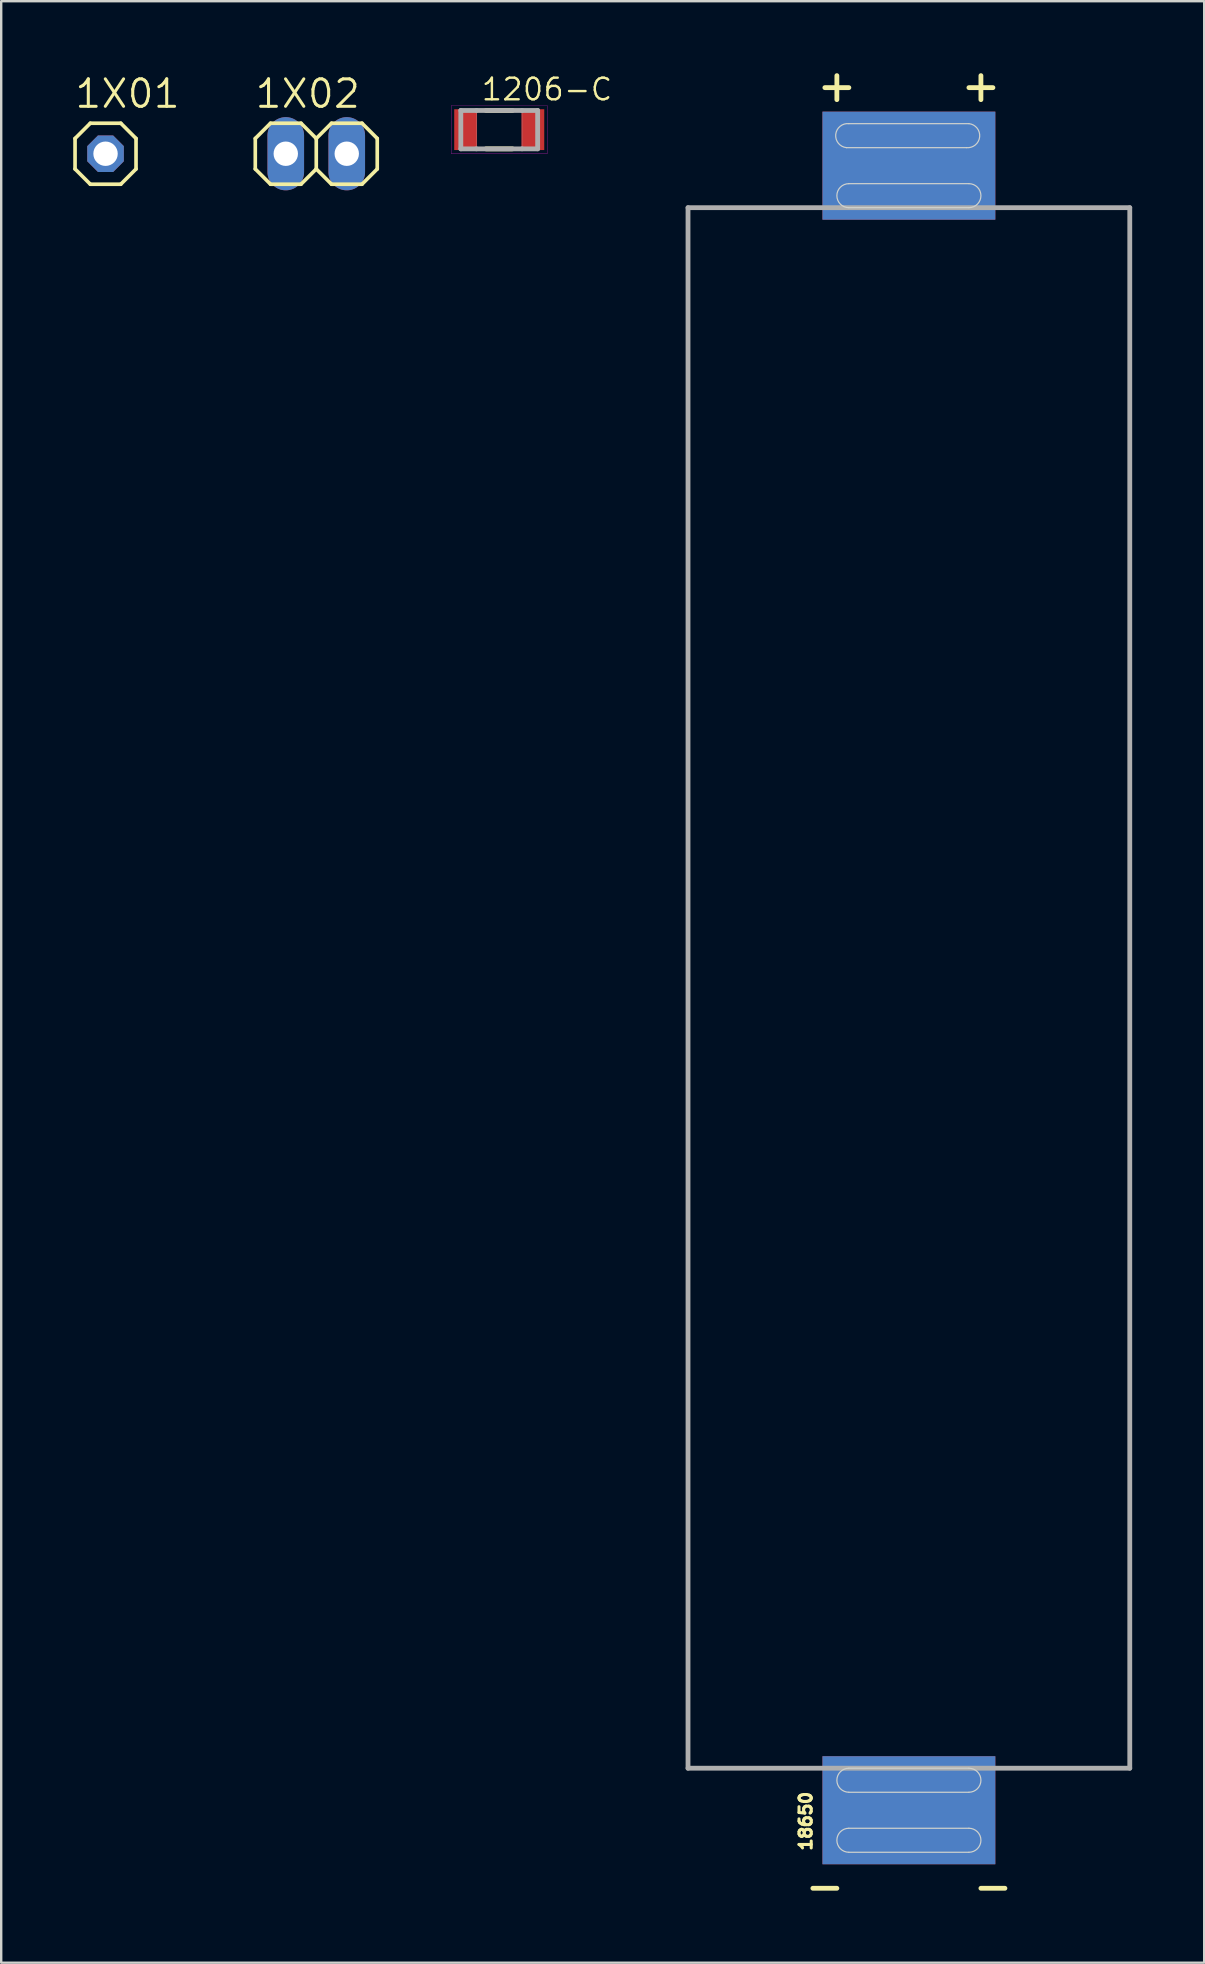
<source format=kicad_pcb>
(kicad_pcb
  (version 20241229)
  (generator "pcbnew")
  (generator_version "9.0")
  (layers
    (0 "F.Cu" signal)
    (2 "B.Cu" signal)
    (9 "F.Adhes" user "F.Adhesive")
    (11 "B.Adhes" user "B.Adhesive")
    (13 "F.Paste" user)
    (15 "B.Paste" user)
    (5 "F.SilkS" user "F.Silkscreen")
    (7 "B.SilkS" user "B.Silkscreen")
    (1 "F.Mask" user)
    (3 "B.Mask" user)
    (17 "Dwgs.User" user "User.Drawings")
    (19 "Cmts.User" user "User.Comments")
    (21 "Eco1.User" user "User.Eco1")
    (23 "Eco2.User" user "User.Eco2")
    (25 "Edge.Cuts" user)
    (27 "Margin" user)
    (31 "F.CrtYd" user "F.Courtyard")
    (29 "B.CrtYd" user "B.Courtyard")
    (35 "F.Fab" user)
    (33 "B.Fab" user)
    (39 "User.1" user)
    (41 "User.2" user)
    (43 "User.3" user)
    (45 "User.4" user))
  (footprint "1X01"
    (layer "F.Cu")
    (at 1.346 3.353)
    (property "Reference" "1X01" (at -1.346 -1.829 0) (layer "F.SilkS") (effects (font (size 1.143 1.143) (thickness 0.127)) (justify left bottom)))
    (fp_line (start -1.27 -0.635) (end -1.27 0.635) (stroke (width 0.152) (type solid)) (layer "F.SilkS"))
    (fp_line (start -1.27 0.635) (end -0.635 1.27) (stroke (width 0.152) (type solid)) (layer "F.SilkS"))
    (fp_line (start -0.635 -1.27) (end -1.27 -0.635) (stroke (width 0.152) (type solid)) (layer "F.SilkS"))
    (fp_line (start -0.635 -1.27) (end 0.635 -1.27) (stroke (width 0.152) (type solid)) (layer "F.SilkS"))
    (fp_line (start 0.635 -1.27) (end 1.27 -0.635) (stroke (width 0.152) (type solid)) (layer "F.SilkS"))
    (fp_line (start 0.635 1.27) (end -0.635 1.27) (stroke (width 0.152) (type solid)) (layer "F.SilkS"))
    (fp_line (start 1.27 -0.635) (end 1.27 0.635) (stroke (width 0.152) (type solid)) (layer "F.SilkS"))
    (fp_line (start 1.27 0.635) (end 0.635 1.27) (stroke (width 0.152) (type solid)) (layer "F.SilkS"))
    (fp_poly (pts (xy -0.254 0.254) (xy 0.254 0.254) (xy 0.254 -0.254) (xy -0.254 -0.254)) (stroke (width 0.1) (type default)) (fill no) (layer "F.Fab"))
    (pad "1" thru_hole roundrect (at 0 0) (size 1.524 1.524) (drill 1.016) (layers "*.Cu" "*.Mask") (roundrect_rratio 0.25) (chamfer_ratio 0.293) (chamfer top_left top_right bottom_left bottom_right)))
  (footprint "1X02"
    (layer "F.Cu")
    (at 10.123 3.353)
    (property "Reference" "1X02" (at -2.616 -1.829 0) (layer "F.SilkS") (effects (font (size 1.143 1.143) (thickness 0.127)) (justify left bottom)))
    (fp_line (start -2.54 -0.635) (end -2.54 0.635) (stroke (width 0.152) (type solid)) (layer "F.SilkS"))
    (fp_line (start -2.54 0.635) (end -1.905 1.27) (stroke (width 0.152) (type solid)) (layer "F.SilkS"))
    (fp_line (start -1.905 -1.27) (end -2.54 -0.635) (stroke (width 0.152) (type solid)) (layer "F.SilkS"))
    (fp_line (start -1.905 -1.27) (end -0.635 -1.27) (stroke (width 0.152) (type solid)) (layer "F.SilkS"))
    (fp_line (start -0.635 -1.27) (end 0 -0.635) (stroke (width 0.152) (type solid)) (layer "F.SilkS"))
    (fp_line (start -0.635 1.27) (end -1.905 1.27) (stroke (width 0.152) (type solid)) (layer "F.SilkS"))
    (fp_line (start 0 -0.635) (end 0 0.635) (stroke (width 0.152) (type solid)) (layer "F.SilkS"))
    (fp_line (start 0 -0.635) (end 0.635 -1.27) (stroke (width 0.152) (type solid)) (layer "F.SilkS"))
    (fp_line (start 0 0.635) (end -0.635 1.27) (stroke (width 0.152) (type solid)) (layer "F.SilkS"))
    (fp_line (start 0.635 -1.27) (end 1.905 -1.27) (stroke (width 0.152) (type solid)) (layer "F.SilkS"))
    (fp_line (start 0.635 1.27) (end 0 0.635) (stroke (width 0.152) (type solid)) (layer "F.SilkS"))
    (fp_line (start 1.905 -1.27) (end 2.54 -0.635) (stroke (width 0.152) (type solid)) (layer "F.SilkS"))
    (fp_line (start 1.905 1.27) (end 0.635 1.27) (stroke (width 0.152) (type solid)) (layer "F.SilkS"))
    (fp_line (start 2.54 -0.635) (end 2.54 0.635) (stroke (width 0.152) (type solid)) (layer "F.SilkS"))
    (fp_line (start 2.54 0.635) (end 1.905 1.27) (stroke (width 0.152) (type solid)) (layer "F.SilkS"))
    (fp_poly (pts (xy -1.524 0.254) (xy -1.016 0.254) (xy -1.016 -0.254) (xy -1.524 -0.254)) (stroke (width 0.1) (type default)) (fill no) (layer "F.Fab"))
    (fp_poly (pts (xy 1.016 0.254) (xy 1.524 0.254) (xy 1.524 -0.254) (xy 1.016 -0.254)) (stroke (width 0.1) (type default)) (fill no) (layer "F.Fab"))
    (pad "1" thru_hole oval (at -1.27 0 90) (size 3.048 1.524) (drill 1.016) (layers "*.Cu" "*.Mask"))
    (pad "2" thru_hole oval (at 1.27 0 90) (size 3.048 1.524) (drill 1.016) (layers "*.Cu" "*.Mask")))
  (footprint "1206-C"
    (layer "F.Cu")
    (at 17.744 2.35)
    (property "Reference" "1206-C" (at -0.8 -1.15 0) (layer "F.SilkS") (effects (font (size 0.9 0.9) (thickness 0.1)) (justify left bottom)))
    (fp_line (start -0.55 -0.8) (end 0.55 -0.8) (stroke (width 0.2) (type solid)) (layer "F.SilkS"))
    (fp_line (start -0.55 0.8) (end 0.55 0.8) (stroke (width 0.2) (type solid)) (layer "F.SilkS"))
    (fp_line (start -2 -1) (end -2 1) (stroke (width 0.01) (type solid)) (layer "F.CrtYd"))
    (fp_line (start -2 1) (end 2 1) (stroke (width 0.01) (type solid)) (layer "F.CrtYd"))
    (fp_line (start 2 -1) (end -2 -1) (stroke (width 0.01) (type solid)) (layer "F.CrtYd"))
    (fp_line (start 2 1) (end 2 -1) (stroke (width 0.01) (type solid)) (layer "F.CrtYd"))
    (fp_line (start -1.6 -0.8) (end -1.6 0.8) (stroke (width 0.2) (type solid)) (layer "F.Fab"))
    (fp_line (start -1.6 0.8) (end -0.95 0.8) (stroke (width 0.2) (type solid)) (layer "F.Fab"))
    (fp_line (start -0.95 -0.8) (end -1.6 -0.8) (stroke (width 0.2) (type solid)) (layer "F.Fab"))
    (fp_line (start -0.95 -0.8) (end -0.95 0.8) (stroke (width 0.01) (type solid)) (layer "F.Fab"))
    (fp_line (start -0.95 0.8) (end 0.95 0.8) (stroke (width 0.2) (type solid)) (layer "F.Fab"))
    (fp_line (start 0.95 -0.8) (end -0.95 -0.8) (stroke (width 0.2) (type solid)) (layer "F.Fab"))
    (fp_line (start 0.95 -0.8) (end 0.95 0.8) (stroke (width 0.01) (type solid)) (layer "F.Fab"))
    (fp_line (start 0.95 0.8) (end 1.6 0.8) (stroke (width 0.2) (type solid)) (layer "F.Fab"))
    (fp_line (start 1.6 -0.8) (end 0.95 -0.8) (stroke (width 0.2) (type solid)) (layer "F.Fab"))
    (fp_line (start 1.6 0.8) (end 1.6 -0.8) (stroke (width 0.2) (type solid)) (layer "F.Fab"))
    (pad "1" smd rect (at -1.4 0) (size 0.95 1.7) (layers "F.Cu" "F.Mask" "F.Paste"))
    (pad "2" smd rect (at 1.4 0) (size 0.95 1.7) (layers "F.Cu" "F.Mask" "F.Paste")))
  (footprint "18650"
    (layer "F.Cu")
    (at 34.807 38.1)
    (property "Reference" "18650" (at -4 36 90) (layer "F.SilkS") (effects (font (size 0.508 0.508) (thickness 0.127)) (justify left bottom)))
    (fp_poly (pts (xy 3.6 -32) (xy -3.6 -32) (xy -3.6 -36.5) (xy 3.6 -36.5)) (stroke (width 0) (type default)) (fill yes) (layer "F.Cu"))
    (fp_poly (pts (xy 3.6 36.5) (xy -3.6 36.5) (xy -3.6 32) (xy 3.6 32)) (stroke (width 0) (type default)) (fill yes) (layer "F.Cu"))
    (fp_poly (pts (xy 3.7 -34.5) (xy -3.7 -34.5) (xy -3.7 -36.7) (xy 3.7 -36.7)) (stroke (width 0) (type default)) (fill yes) (layer "F.Mask"))
    (fp_poly (pts (xy 3.7 -31.9) (xy -3.7 -31.9) (xy -3.7 -34) (xy 3.7 -34)) (stroke (width 0) (type default)) (fill yes) (layer "F.Mask"))
    (fp_poly (pts (xy 3.7 34) (xy -3.7 34) (xy -3.7 31.9) (xy 3.7 31.9)) (stroke (width 0) (type default)) (fill yes) (layer "F.Mask"))
    (fp_poly (pts (xy 3.7 36.6) (xy -3.7 36.6) (xy -3.7 34.5) (xy 3.7 34.5)) (stroke (width 0) (type default)) (fill yes) (layer "F.Mask"))
    (fp_poly (pts (xy 3.6 -32) (xy -3.6 -32) (xy -3.6 -36.5) (xy 3.6 -36.5)) (stroke (width 0) (type default)) (fill yes) (layer "B.Cu"))
    (fp_poly (pts (xy 3.6 36.5) (xy -3.6 36.5) (xy -3.6 32) (xy 3.6 32)) (stroke (width 0) (type default)) (fill yes) (layer "B.Cu"))
    (fp_poly (pts (xy 3.7 -34.5) (xy -3.7 -34.5) (xy -3.7 -36.7) (xy 3.7 -36.7)) (stroke (width 0) (type default)) (fill yes) (layer "B.Mask"))
    (fp_poly (pts (xy 3.7 -31.9) (xy -3.7 -31.9) (xy -3.7 -34) (xy 3.7 -34)) (stroke (width 0) (type default)) (fill yes) (layer "B.Mask"))
    (fp_poly (pts (xy 3.7 34) (xy -3.7 34) (xy -3.7 31.9) (xy 3.7 31.9)) (stroke (width 0) (type default)) (fill yes) (layer "B.Mask"))
    (fp_poly (pts (xy 3.7 36.6) (xy -3.7 36.6) (xy -3.7 34.5) (xy 3.7 34.5)) (stroke (width 0) (type default)) (fill yes) (layer "B.Mask"))
    (fp_poly (pts (xy 3.6 -32) (xy -3.6 -32) (xy -3.6 -36.5) (xy 3.6 -36.5)) (stroke (width 0) (type default)) (fill yes) (layer "In1.Cu"))
    (fp_poly (pts (xy 3.6 36.5) (xy -3.6 36.5) (xy -3.6 32) (xy 3.6 32)) (stroke (width 0) (type default)) (fill yes) (layer "In1.Cu"))
    (fp_line (start -4 37.5) (end -3 37.5) (stroke (width 0.2) (type solid)) (layer "F.SilkS"))
    (fp_line (start -3.5 -37.5) (end -2.5 -37.5) (stroke (width 0.2) (type solid)) (layer "F.SilkS"))
    (fp_line (start -3 -38) (end -3 -37) (stroke (width 0.2) (type solid)) (layer "F.SilkS"))
    (fp_line (start 2.5 -37.5) (end 3.5 -37.5) (stroke (width 0.2) (type solid)) (layer "F.SilkS"))
    (fp_line (start 3 -38) (end 3 -37) (stroke (width 0.2) (type solid)) (layer "F.SilkS"))
    (fp_line (start 3 37.5) (end 4 37.5) (stroke (width 0.2) (type solid)) (layer "F.SilkS"))
    (fp_poly (pts (xy 3.6 -32) (xy -3.6 -32) (xy -3.6 -36.5) (xy 3.6 -36.5)) (stroke (width 0) (type default)) (fill yes) (layer "In2.Cu"))
    (fp_poly (pts (xy 3.6 36.5) (xy -3.6 36.5) (xy -3.6 32) (xy 3.6 32)) (stroke (width 0) (type default)) (fill yes) (layer "In2.Cu"))
    (fp_line (start -2.5 -36) (end 2.5 -36) (stroke (width 0.05) (type solid)) (layer "Edge.Cuts"))
    (fp_line (start -2.5 -33.5) (end 2.5 -33.5) (stroke (width 0.05) (type solid)) (layer "Edge.Cuts"))
    (fp_line (start -2.5 32.5) (end 2.5 32.5) (stroke (width 0.05) (type solid)) (layer "Edge.Cuts"))
    (fp_line (start -2.5 35) (end 2.5 35) (stroke (width 0.05) (type solid)) (layer "Edge.Cuts"))
    (fp_line (start 2.4 -35) (end -2.6 -35) (stroke (width 0.05) (type solid)) (layer "Edge.Cuts"))
    (fp_line (start 2.5 -32.5) (end -2.5 -32.5) (stroke (width 0.05) (type solid)) (layer "Edge.Cuts"))
    (fp_line (start 2.5 33.5) (end -2.5 33.5) (stroke (width 0.05) (type solid)) (layer "Edge.Cuts"))
    (fp_line (start 2.5 36) (end -2.5 36) (stroke (width 0.05) (type solid)) (layer "Edge.Cuts"))
    (fp_arc (start -2.6 -35) (mid -3.05 -35.55) (end -2.5 -36) (stroke (width 0.05) (type solid)) (layer "Edge.Cuts"))
    (fp_arc (start -2.5 -32.5) (mid -3 -33) (end -2.5 -33.5) (stroke (width 0.05) (type solid)) (layer "Edge.Cuts"))
    (fp_arc (start -2.5 33.5) (mid -3 33) (end -2.5 32.5) (stroke (width 0.05) (type solid)) (layer "Edge.Cuts"))
    (fp_arc (start -2.5 36) (mid -3 35.5) (end -2.5 35) (stroke (width 0.05) (type solid)) (layer "Edge.Cuts"))
    (fp_arc (start 2.5 -36) (mid 2.95 -35.45) (end 2.4 -35) (stroke (width 0.05) (type solid)) (layer "Edge.Cuts"))
    (fp_arc (start 2.5 -33.5) (mid 3 -33) (end 2.5 -32.5) (stroke (width 0.05) (type solid)) (layer "Edge.Cuts"))
    (fp_arc (start 2.5 32.5) (mid 3 33) (end 2.5 33.5) (stroke (width 0.05) (type solid)) (layer "Edge.Cuts"))
    (fp_arc (start 2.5 35) (mid 3 35.5) (end 2.5 36) (stroke (width 0.05) (type solid)) (layer "Edge.Cuts"))
    (fp_line (start -9.2 -32.5) (end 9.2 -32.5) (stroke (width 0.2) (type solid)) (layer "F.Fab"))
    (fp_line (start -9.2 32.5) (end -9.2 -32.5) (stroke (width 0.2) (type solid)) (layer "F.Fab"))
    (fp_line (start 9.2 -32.5) (end 9.2 32.5) (stroke (width 0.2) (type solid)) (layer "F.Fab"))
    (fp_line (start 9.2 32.5) (end -9.2 32.5) (stroke (width 0.2) (type solid)) (layer "F.Fab"))
    (pad "NEG-T" smd roundrect (at 0 34.25) (size 0.5 0.5) (layers "F.Cu") (roundrect_rratio 0.05))
    (pad "POS-T" smd roundrect (at 0 -34.25) (size 0.5 0.5) (layers "F.Cu") (roundrect_rratio 0.05)))
  (gr_rect
    (start -3 -3)
    (end 47.107 78.7)
    (stroke (width 0.1) (type default))
    (fill no)
    (layer "Edge.Cuts")))
</source>
